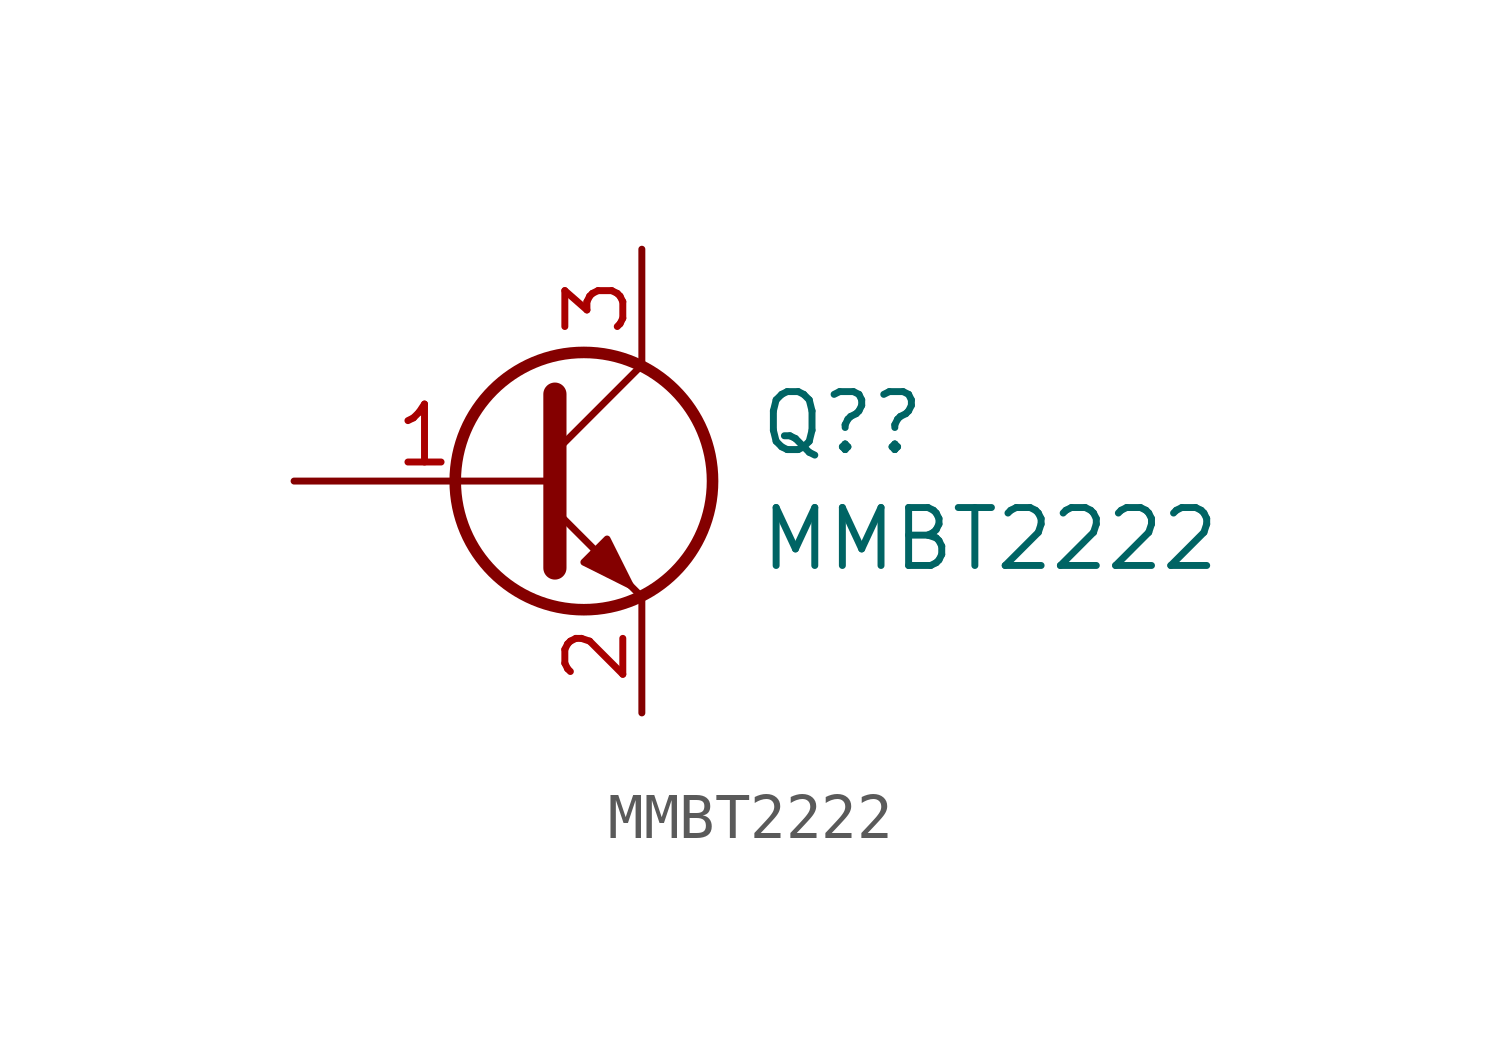
<source format=kicad_sym>
(kicad_symbol_lib
  (version 20220914)
  (generator kicad_symbol_editor)
  (symbol "MMBT2222"
    (pin_names
      (offset 0) hide)
    (property "Reference" "Q?"
      (at 5.08 1.27 0)
      (effects (font (size 1.27 1.27)) (justify left)))
    (property "Value" "MMBT2222"
      (at 5.08 -1.27 0)
      (effects (font (size 1.27 1.27)) (justify left)))
    (symbol "MMBT2222_0_1"
      (polyline (pts (xy 0.635 0.635) (xy 2.54 2.54)) (stroke (width 0) (type default)) (fill (type none)))
      (polyline (pts (xy 0.635 -0.635) (xy 2.54 -2.54) (xy 2.54 -2.54)) (stroke (width 0) (type default)) (fill (type none)))
      (polyline (pts (xy 0.635 1.905) (xy 0.635 -1.905) (xy 0.635 -1.905)) (stroke (width 0.508) (type default)) (fill (type none)))
      (polyline (pts (xy 1.27 -1.778) (xy 1.778 -1.27) (xy 2.286 -2.286) (xy 1.27 -1.778) (xy 1.27 -1.778)) (stroke (width 0) (type default)) (fill (type outline)))
      (circle (center 1.27 0) (radius 2.819) (stroke (width 0.254) (type default)) (fill (type none))))
    (symbol "MMBT2222_1_1"
      (pin input line (at -5.08 0 0) (length 5.715) (name "B" (effects (font (size 1.27 1.27)))) (number "1" (effects (font (size 1.27 1.27)))))
      (pin passive line (at 2.54 -5.08 90) (length 2.54) (name "E" (effects (font (size 1.27 1.27)))) (number "2" (effects (font (size 1.27 1.27)))))
      (pin passive line (at 2.54 5.08 270) (length 2.54) (name "C" (effects (font (size 1.27 1.27)))) (number "3" (effects (font (size 1.27 1.27))))))))
</source>
